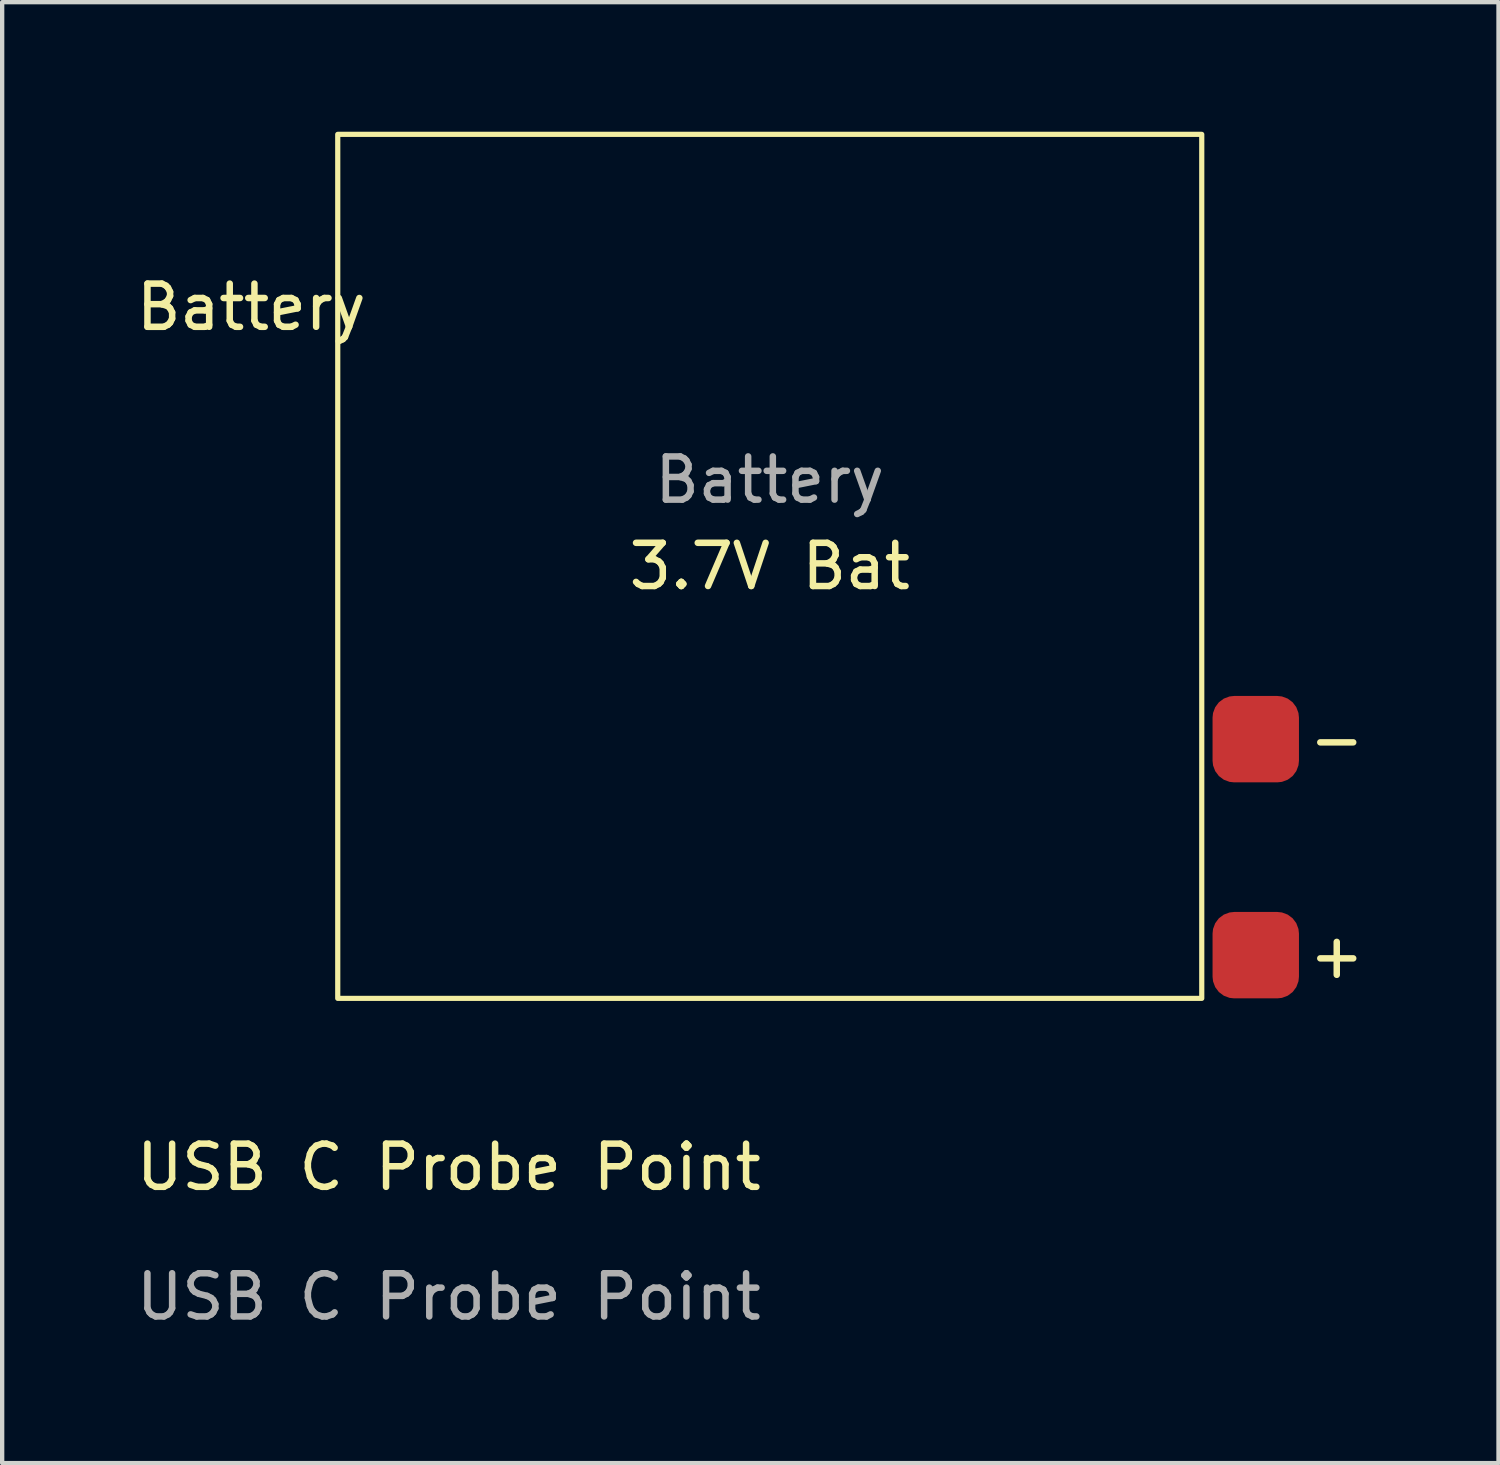
<source format=kicad_pcb>
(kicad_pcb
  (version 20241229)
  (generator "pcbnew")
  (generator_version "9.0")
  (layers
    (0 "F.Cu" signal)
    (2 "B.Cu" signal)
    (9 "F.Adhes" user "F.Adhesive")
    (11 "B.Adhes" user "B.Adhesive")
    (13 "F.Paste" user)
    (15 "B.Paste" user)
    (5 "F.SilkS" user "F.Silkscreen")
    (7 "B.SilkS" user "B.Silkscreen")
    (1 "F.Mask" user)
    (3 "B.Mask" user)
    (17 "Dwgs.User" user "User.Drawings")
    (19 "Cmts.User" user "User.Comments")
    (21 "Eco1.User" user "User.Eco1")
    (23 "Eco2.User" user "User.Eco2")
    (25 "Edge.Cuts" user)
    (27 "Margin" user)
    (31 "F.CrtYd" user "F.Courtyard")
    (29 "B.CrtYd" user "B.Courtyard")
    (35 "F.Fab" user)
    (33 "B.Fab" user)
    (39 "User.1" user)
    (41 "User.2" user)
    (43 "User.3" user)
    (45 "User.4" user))
  (footprint "Battery"
    (layer "F.Cu")
    (at 14.768 10.06)
    (property "Reference" "Battery" (at -12 -6 0) (unlocked yes) (layer "F.SilkS") (effects (font (size 1 1) (thickness 0.15))))
    (attr smd)
    (fp_rect (start -10 -10) (end 10 10) (stroke (width 0.12) (type solid)) (fill no) (layer "F.SilkS"))
    (fp_text user "3.7V Bat" (at 0 0 0) (unlocked yes) (layer "F.SilkS") (effects (font (size 1 1) (thickness 0.15))))
    (fp_text user "+" (at 13.125 9 0) (unlocked yes) (layer "F.SilkS") (effects (font (size 1 1) (thickness 0.15))))
    (fp_text user "-" (at 13.125 4 0) (unlocked yes) (layer "F.SilkS") (effects (font (size 1 1) (thickness 0.15))))
    (fp_text user "${REFERENCE}" (at 0 -2 0) (unlocked yes) (layer "F.Fab") (effects (font (size 1 1) (thickness 0.15))))
    (pad "1" smd roundrect (at 11.25 9 180) (size 2 2) (layers "F.Cu" "F.Mask" "F.Paste") (roundrect_rratio 0.25))
    (pad "2" smd roundrect (at 11.25 4 180) (size 2 2) (layers "F.Cu" "F.Mask" "F.Paste") (roundrect_rratio 0.25)))
  (footprint "USB C Probe Point"
    (layer "F.Cu")
    (at 7.339 24.468)
    (property "Reference" "USB C Probe Point" (at 0 -0.5 0) (unlocked yes) (layer "F.SilkS") (effects (font (size 1 1) (thickness 0.15))))
    (attr smd)
    (fp_text user "${REFERENCE}" (at 0 2.5 0) (unlocked yes) (layer "F.Fab") (effects (font (size 1 1) (thickness 0.15)))))
  (gr_rect
    (start -3 -3)
    (end 31.637 30.817)
    (stroke (width 0.1) (type default))
    (fill no)
    (layer "Edge.Cuts")))
</source>
